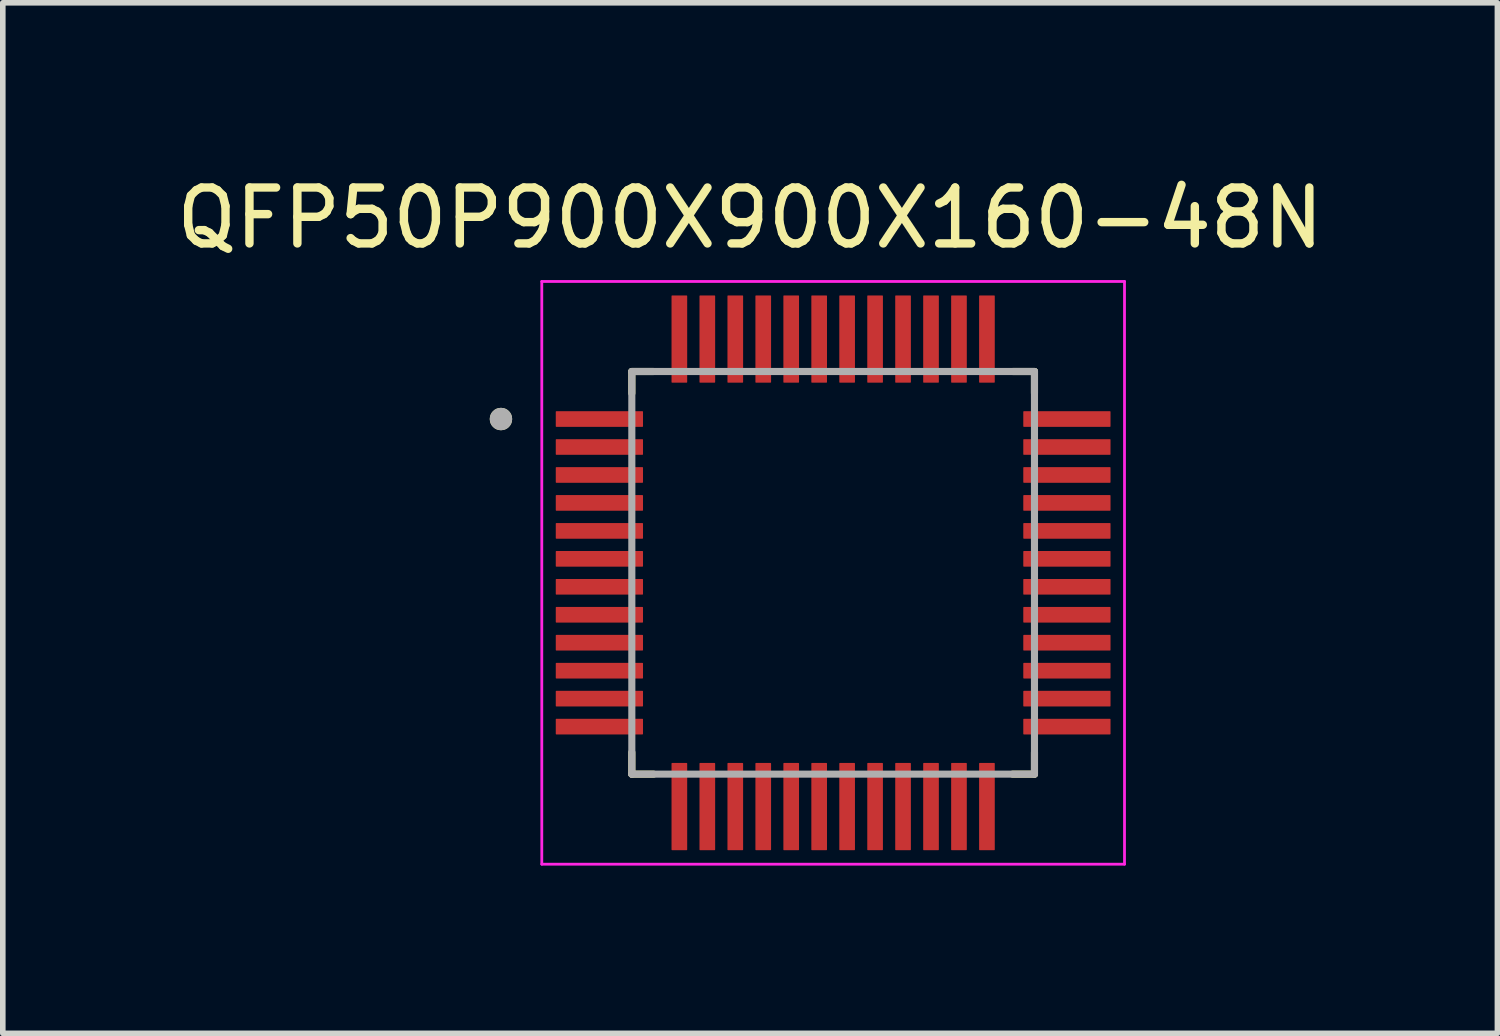
<source format=kicad_pcb>
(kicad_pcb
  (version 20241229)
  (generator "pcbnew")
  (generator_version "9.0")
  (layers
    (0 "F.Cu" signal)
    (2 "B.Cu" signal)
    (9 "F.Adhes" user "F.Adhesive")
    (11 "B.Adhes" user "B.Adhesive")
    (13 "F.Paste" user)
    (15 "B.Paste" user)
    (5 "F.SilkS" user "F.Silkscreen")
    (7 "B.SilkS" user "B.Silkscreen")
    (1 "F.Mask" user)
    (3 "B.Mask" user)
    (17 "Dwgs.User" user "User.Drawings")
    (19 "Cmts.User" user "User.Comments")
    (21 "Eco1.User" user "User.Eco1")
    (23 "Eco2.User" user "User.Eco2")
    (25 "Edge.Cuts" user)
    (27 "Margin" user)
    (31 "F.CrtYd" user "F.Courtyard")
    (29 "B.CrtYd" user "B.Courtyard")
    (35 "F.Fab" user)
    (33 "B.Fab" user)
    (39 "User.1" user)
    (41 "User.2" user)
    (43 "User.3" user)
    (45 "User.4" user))
  (footprint "QFP50P900X900X160-48N"
    (layer "F.Cu")
    (at 11.848 7.193)
    (property "Reference" "QFP50P900X900X160-48N" (at -1.485 -6.345 0) (layer "F.SilkS") (effects (font (size 1 1) (thickness 0.15))))
    (attr through_hole)
    (fp_line (start -3.6 -3.6) (end -3.6 -3.21) (stroke (width 0.127) (type solid)) (layer "F.SilkS"))
    (fp_line (start -3.6 -3.6) (end -3.21 -3.6) (stroke (width 0.127) (type solid)) (layer "F.SilkS"))
    (fp_line (start -3.6 3.6) (end -3.6 3.21) (stroke (width 0.127) (type solid)) (layer "F.SilkS"))
    (fp_line (start -3.6 3.6) (end -3.21 3.6) (stroke (width 0.127) (type solid)) (layer "F.SilkS"))
    (fp_line (start 3.6 -3.6) (end 3.21 -3.6) (stroke (width 0.127) (type solid)) (layer "F.SilkS"))
    (fp_line (start 3.6 -3.6) (end 3.6 -3.21) (stroke (width 0.127) (type solid)) (layer "F.SilkS"))
    (fp_line (start 3.6 3.6) (end 3.21 3.6) (stroke (width 0.127) (type solid)) (layer "F.SilkS"))
    (fp_line (start 3.6 3.6) (end 3.6 3.21) (stroke (width 0.127) (type solid)) (layer "F.SilkS"))
    (fp_circle (center -5.94 -2.75) (end -5.84 -2.75) (stroke (width 0.2) (type solid)) (fill no) (layer "F.SilkS"))
    (fp_line (start -5.21 -5.21) (end 5.21 -5.21) (stroke (width 0.05) (type solid)) (layer "F.CrtYd"))
    (fp_line (start -5.21 5.21) (end -5.21 -5.21) (stroke (width 0.05) (type solid)) (layer "F.CrtYd"))
    (fp_line (start -5.21 5.21) (end 5.21 5.21) (stroke (width 0.05) (type solid)) (layer "F.CrtYd"))
    (fp_line (start 5.21 5.21) (end 5.21 -5.21) (stroke (width 0.05) (type solid)) (layer "F.CrtYd"))
    (fp_line (start -3.6 3.6) (end -3.6 -3.6) (stroke (width 0.127) (type solid)) (layer "F.Fab"))
    (fp_line (start 3.6 -3.6) (end -3.6 -3.6) (stroke (width 0.127) (type solid)) (layer "F.Fab"))
    (fp_line (start 3.6 3.6) (end -3.6 3.6) (stroke (width 0.127) (type solid)) (layer "F.Fab"))
    (fp_line (start 3.6 3.6) (end 3.6 -3.6) (stroke (width 0.127) (type solid)) (layer "F.Fab"))
    (fp_circle (center -5.94 -2.75) (end -5.84 -2.75) (stroke (width 0.2) (type solid)) (fill no) (layer "F.Fab"))
    (pad "1" smd roundrect (at -4.18 -2.75) (size 1.56 0.28) (layers "F.Cu" "F.Mask" "F.Paste") (roundrect_rratio 0.04))
    (pad "2" smd roundrect (at -4.18 -2.25) (size 1.56 0.28) (layers "F.Cu" "F.Mask" "F.Paste") (roundrect_rratio 0.04))
    (pad "3" smd roundrect (at -4.18 -1.75) (size 1.56 0.28) (layers "F.Cu" "F.Mask" "F.Paste") (roundrect_rratio 0.04))
    (pad "4" smd roundrect (at -4.18 -1.25) (size 1.56 0.28) (layers "F.Cu" "F.Mask" "F.Paste") (roundrect_rratio 0.04))
    (pad "5" smd roundrect (at -4.18 -0.75) (size 1.56 0.28) (layers "F.Cu" "F.Mask" "F.Paste") (roundrect_rratio 0.04))
    (pad "6" smd roundrect (at -4.18 -0.25) (size 1.56 0.28) (layers "F.Cu" "F.Mask" "F.Paste") (roundrect_rratio 0.04))
    (pad "7" smd roundrect (at -4.18 0.25) (size 1.56 0.28) (layers "F.Cu" "F.Mask" "F.Paste") (roundrect_rratio 0.04))
    (pad "8" smd roundrect (at -4.18 0.75) (size 1.56 0.28) (layers "F.Cu" "F.Mask" "F.Paste") (roundrect_rratio 0.04))
    (pad "9" smd roundrect (at -4.18 1.25) (size 1.56 0.28) (layers "F.Cu" "F.Mask" "F.Paste") (roundrect_rratio 0.04))
    (pad "10" smd roundrect (at -4.18 1.75) (size 1.56 0.28) (layers "F.Cu" "F.Mask" "F.Paste") (roundrect_rratio 0.04))
    (pad "11" smd roundrect (at -4.18 2.25) (size 1.56 0.28) (layers "F.Cu" "F.Mask" "F.Paste") (roundrect_rratio 0.04))
    (pad "12" smd roundrect (at -4.18 2.75) (size 1.56 0.28) (layers "F.Cu" "F.Mask" "F.Paste") (roundrect_rratio 0.04))
    (pad "13" smd roundrect (at -2.75 4.18 90) (size 1.56 0.28) (layers "F.Cu" "F.Mask" "F.Paste") (roundrect_rratio 0.04))
    (pad "14" smd roundrect (at -2.25 4.18 90) (size 1.56 0.28) (layers "F.Cu" "F.Mask" "F.Paste") (roundrect_rratio 0.04))
    (pad "15" smd roundrect (at -1.75 4.18 90) (size 1.56 0.28) (layers "F.Cu" "F.Mask" "F.Paste") (roundrect_rratio 0.04))
    (pad "16" smd roundrect (at -1.25 4.18 90) (size 1.56 0.28) (layers "F.Cu" "F.Mask" "F.Paste") (roundrect_rratio 0.04))
    (pad "17" smd roundrect (at -0.75 4.18 90) (size 1.56 0.28) (layers "F.Cu" "F.Mask" "F.Paste") (roundrect_rratio 0.04))
    (pad "18" smd roundrect (at -0.25 4.18 90) (size 1.56 0.28) (layers "F.Cu" "F.Mask" "F.Paste") (roundrect_rratio 0.04))
    (pad "19" smd roundrect (at 0.25 4.18 90) (size 1.56 0.28) (layers "F.Cu" "F.Mask" "F.Paste") (roundrect_rratio 0.04))
    (pad "20" smd roundrect (at 0.75 4.18 90) (size 1.56 0.28) (layers "F.Cu" "F.Mask" "F.Paste") (roundrect_rratio 0.04))
    (pad "21" smd roundrect (at 1.25 4.18 90) (size 1.56 0.28) (layers "F.Cu" "F.Mask" "F.Paste") (roundrect_rratio 0.04))
    (pad "22" smd roundrect (at 1.75 4.18 90) (size 1.56 0.28) (layers "F.Cu" "F.Mask" "F.Paste") (roundrect_rratio 0.04))
    (pad "23" smd roundrect (at 2.25 4.18 90) (size 1.56 0.28) (layers "F.Cu" "F.Mask" "F.Paste") (roundrect_rratio 0.04))
    (pad "24" smd roundrect (at 2.75 4.18 90) (size 1.56 0.28) (layers "F.Cu" "F.Mask" "F.Paste") (roundrect_rratio 0.04))
    (pad "25" smd roundrect (at 4.18 2.75) (size 1.56 0.28) (layers "F.Cu" "F.Mask" "F.Paste") (roundrect_rratio 0.04))
    (pad "26" smd roundrect (at 4.18 2.25) (size 1.56 0.28) (layers "F.Cu" "F.Mask" "F.Paste") (roundrect_rratio 0.04))
    (pad "27" smd roundrect (at 4.18 1.75) (size 1.56 0.28) (layers "F.Cu" "F.Mask" "F.Paste") (roundrect_rratio 0.04))
    (pad "28" smd roundrect (at 4.18 1.25) (size 1.56 0.28) (layers "F.Cu" "F.Mask" "F.Paste") (roundrect_rratio 0.04))
    (pad "29" smd roundrect (at 4.18 0.75) (size 1.56 0.28) (layers "F.Cu" "F.Mask" "F.Paste") (roundrect_rratio 0.04))
    (pad "30" smd roundrect (at 4.18 0.25) (size 1.56 0.28) (layers "F.Cu" "F.Mask" "F.Paste") (roundrect_rratio 0.04))
    (pad "31" smd roundrect (at 4.18 -0.25) (size 1.56 0.28) (layers "F.Cu" "F.Mask" "F.Paste") (roundrect_rratio 0.04))
    (pad "32" smd roundrect (at 4.18 -0.75) (size 1.56 0.28) (layers "F.Cu" "F.Mask" "F.Paste") (roundrect_rratio 0.04))
    (pad "33" smd roundrect (at 4.18 -1.25) (size 1.56 0.28) (layers "F.Cu" "F.Mask" "F.Paste") (roundrect_rratio 0.04))
    (pad "34" smd roundrect (at 4.18 -1.75) (size 1.56 0.28) (layers "F.Cu" "F.Mask" "F.Paste") (roundrect_rratio 0.04))
    (pad "35" smd roundrect (at 4.18 -2.25) (size 1.56 0.28) (layers "F.Cu" "F.Mask" "F.Paste") (roundrect_rratio 0.04))
    (pad "36" smd roundrect (at 4.18 -2.75) (size 1.56 0.28) (layers "F.Cu" "F.Mask" "F.Paste") (roundrect_rratio 0.04))
    (pad "37" smd roundrect (at 2.75 -4.18 90) (size 1.56 0.28) (layers "F.Cu" "F.Mask" "F.Paste") (roundrect_rratio 0.04))
    (pad "38" smd roundrect (at 2.25 -4.18 90) (size 1.56 0.28) (layers "F.Cu" "F.Mask" "F.Paste") (roundrect_rratio 0.04))
    (pad "39" smd roundrect (at 1.75 -4.18 90) (size 1.56 0.28) (layers "F.Cu" "F.Mask" "F.Paste") (roundrect_rratio 0.04))
    (pad "40" smd roundrect (at 1.25 -4.18 90) (size 1.56 0.28) (layers "F.Cu" "F.Mask" "F.Paste") (roundrect_rratio 0.04))
    (pad "41" smd roundrect (at 0.75 -4.18 90) (size 1.56 0.28) (layers "F.Cu" "F.Mask" "F.Paste") (roundrect_rratio 0.04))
    (pad "42" smd roundrect (at 0.25 -4.18 90) (size 1.56 0.28) (layers "F.Cu" "F.Mask" "F.Paste") (roundrect_rratio 0.04))
    (pad "43" smd roundrect (at -0.25 -4.18 90) (size 1.56 0.28) (layers "F.Cu" "F.Mask" "F.Paste") (roundrect_rratio 0.04))
    (pad "44" smd roundrect (at -0.75 -4.18 90) (size 1.56 0.28) (layers "F.Cu" "F.Mask" "F.Paste") (roundrect_rratio 0.04))
    (pad "45" smd roundrect (at -1.25 -4.18 90) (size 1.56 0.28) (layers "F.Cu" "F.Mask" "F.Paste") (roundrect_rratio 0.04))
    (pad "46" smd roundrect (at -1.75 -4.18 90) (size 1.56 0.28) (layers "F.Cu" "F.Mask" "F.Paste") (roundrect_rratio 0.04))
    (pad "47" smd roundrect (at -2.25 -4.18 90) (size 1.56 0.28) (layers "F.Cu" "F.Mask" "F.Paste") (roundrect_rratio 0.04))
    (pad "48" smd roundrect (at -2.75 -4.18 90) (size 1.56 0.28) (layers "F.Cu" "F.Mask" "F.Paste") (roundrect_rratio 0.04)))
  (gr_rect
    (start -3 -3)
    (end 23.726 15.428)
    (stroke (width 0.1) (type default))
    (fill no)
    (layer "Edge.Cuts")))
</source>
